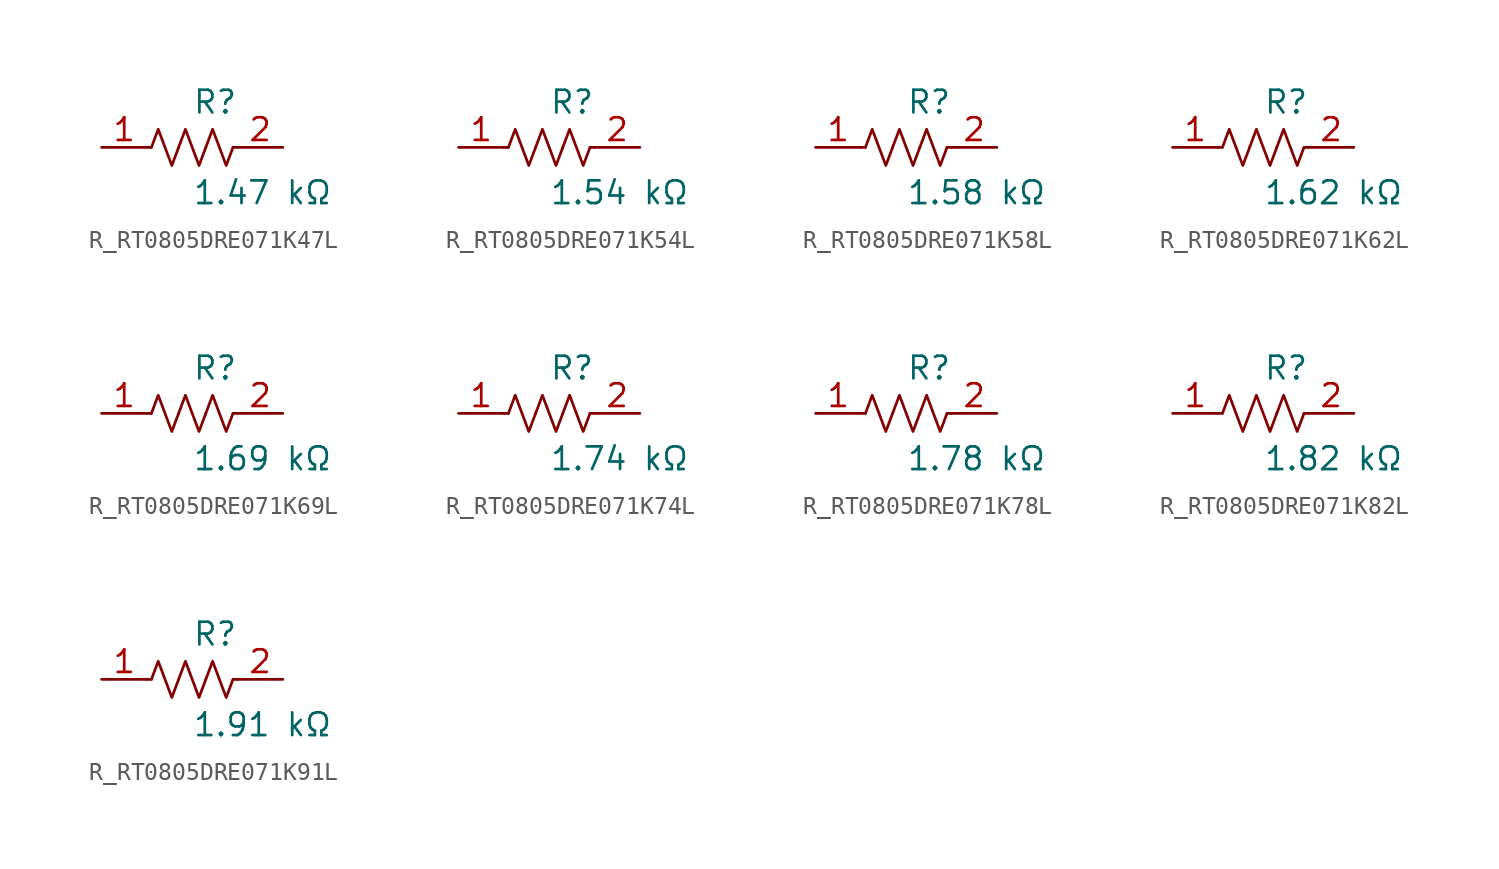
<source format=kicad_sym>
(kicad_symbol_lib
  (version 20231120)
  (generator kicad_symbol_editor)
  (generator_version 8.0)
  (symbol "R_RT0805DRE071K47L"
    (pin_names
      (offset 0.254))
    (property "Reference" "R"
      (at 0 2.54 0)
      (effects (font (size 1.27 1.27)) (justify left)))
    (property "Value" "1.47 kΩ"
      (at 0 -2.54 0)
      (effects (font (size 1.27 1.27)) (justify left)))
    (symbol "R_RT0805DRE071K47L_0_1"
      (polyline (pts (xy 2.286 0) (xy 2.54 0)) (stroke (width 0) (type default)) (fill (type none)))
      (polyline (pts (xy -2.286 0) (xy -2.54 0)) (stroke (width 0) (type default)) (fill (type none)))
      (polyline (pts (xy 0.762 0) (xy 1.143 1.016) (xy 1.524 0) (xy 1.905 -1.016) (xy 2.286 0)) (stroke (width 0) (type default)) (fill (type none)))
      (polyline (pts (xy -0.762 0) (xy -0.381 1.016) (xy 0 0) (xy 0.381 -1.016) (xy 0.762 0)) (stroke (width 0) (type default)) (fill (type none)))
      (polyline (pts (xy -2.286 0) (xy -1.905 1.016) (xy -1.524 0) (xy -1.143 -1.016) (xy -0.762 0)) (stroke (width 0) (type default)) (fill (type none))))
    (pin passive line
      (at -5.08 0 0)
      (length 2.54)
      (name "" (effects (font (size 1.27 1.27))))
      (number "1" (effects (font (size 1.27 1.27)))))
    (pin passive line
      (at 5.08 0 180)
      (length 2.54)
      (name "" (effects (font (size 1.27 1.27))))
      (number "2" (effects (font (size 1.27 1.27))))))
  (symbol "R_RT0805DRE071K54L"
    (pin_names
      (offset 0.254))
    (property "Reference" "R"
      (at 0 2.54 0)
      (effects (font (size 1.27 1.27)) (justify left)))
    (property "Value" "1.54 kΩ"
      (at 0 -2.54 0)
      (effects (font (size 1.27 1.27)) (justify left)))
    (symbol "R_RT0805DRE071K54L_0_1"
      (polyline (pts (xy 2.286 0) (xy 2.54 0)) (stroke (width 0) (type default)) (fill (type none)))
      (polyline (pts (xy -2.286 0) (xy -2.54 0)) (stroke (width 0) (type default)) (fill (type none)))
      (polyline (pts (xy 0.762 0) (xy 1.143 1.016) (xy 1.524 0) (xy 1.905 -1.016) (xy 2.286 0)) (stroke (width 0) (type default)) (fill (type none)))
      (polyline (pts (xy -0.762 0) (xy -0.381 1.016) (xy 0 0) (xy 0.381 -1.016) (xy 0.762 0)) (stroke (width 0) (type default)) (fill (type none)))
      (polyline (pts (xy -2.286 0) (xy -1.905 1.016) (xy -1.524 0) (xy -1.143 -1.016) (xy -0.762 0)) (stroke (width 0) (type default)) (fill (type none))))
    (pin passive line
      (at -5.08 0 0)
      (length 2.54)
      (name "" (effects (font (size 1.27 1.27))))
      (number "1" (effects (font (size 1.27 1.27)))))
    (pin passive line
      (at 5.08 0 180)
      (length 2.54)
      (name "" (effects (font (size 1.27 1.27))))
      (number "2" (effects (font (size 1.27 1.27))))))
  (symbol "R_RT0805DRE071K58L"
    (pin_names
      (offset 0.254))
    (property "Reference" "R"
      (at 0 2.54 0)
      (effects (font (size 1.27 1.27)) (justify left)))
    (property "Value" "1.58 kΩ"
      (at 0 -2.54 0)
      (effects (font (size 1.27 1.27)) (justify left)))
    (symbol "R_RT0805DRE071K58L_0_1"
      (polyline (pts (xy 2.286 0) (xy 2.54 0)) (stroke (width 0) (type default)) (fill (type none)))
      (polyline (pts (xy -2.286 0) (xy -2.54 0)) (stroke (width 0) (type default)) (fill (type none)))
      (polyline (pts (xy 0.762 0) (xy 1.143 1.016) (xy 1.524 0) (xy 1.905 -1.016) (xy 2.286 0)) (stroke (width 0) (type default)) (fill (type none)))
      (polyline (pts (xy -0.762 0) (xy -0.381 1.016) (xy 0 0) (xy 0.381 -1.016) (xy 0.762 0)) (stroke (width 0) (type default)) (fill (type none)))
      (polyline (pts (xy -2.286 0) (xy -1.905 1.016) (xy -1.524 0) (xy -1.143 -1.016) (xy -0.762 0)) (stroke (width 0) (type default)) (fill (type none))))
    (pin passive line
      (at -5.08 0 0)
      (length 2.54)
      (name "" (effects (font (size 1.27 1.27))))
      (number "1" (effects (font (size 1.27 1.27)))))
    (pin passive line
      (at 5.08 0 180)
      (length 2.54)
      (name "" (effects (font (size 1.27 1.27))))
      (number "2" (effects (font (size 1.27 1.27))))))
  (symbol "R_RT0805DRE071K62L"
    (pin_names
      (offset 0.254))
    (property "Reference" "R"
      (at 0 2.54 0)
      (effects (font (size 1.27 1.27)) (justify left)))
    (property "Value" "1.62 kΩ"
      (at 0 -2.54 0)
      (effects (font (size 1.27 1.27)) (justify left)))
    (symbol "R_RT0805DRE071K62L_0_1"
      (polyline (pts (xy 2.286 0) (xy 2.54 0)) (stroke (width 0) (type default)) (fill (type none)))
      (polyline (pts (xy -2.286 0) (xy -2.54 0)) (stroke (width 0) (type default)) (fill (type none)))
      (polyline (pts (xy 0.762 0) (xy 1.143 1.016) (xy 1.524 0) (xy 1.905 -1.016) (xy 2.286 0)) (stroke (width 0) (type default)) (fill (type none)))
      (polyline (pts (xy -0.762 0) (xy -0.381 1.016) (xy 0 0) (xy 0.381 -1.016) (xy 0.762 0)) (stroke (width 0) (type default)) (fill (type none)))
      (polyline (pts (xy -2.286 0) (xy -1.905 1.016) (xy -1.524 0) (xy -1.143 -1.016) (xy -0.762 0)) (stroke (width 0) (type default)) (fill (type none))))
    (pin passive line
      (at -5.08 0 0)
      (length 2.54)
      (name "" (effects (font (size 1.27 1.27))))
      (number "1" (effects (font (size 1.27 1.27)))))
    (pin passive line
      (at 5.08 0 180)
      (length 2.54)
      (name "" (effects (font (size 1.27 1.27))))
      (number "2" (effects (font (size 1.27 1.27))))))
  (symbol "R_RT0805DRE071K69L"
    (pin_names
      (offset 0.254))
    (property "Reference" "R"
      (at 0 2.54 0)
      (effects (font (size 1.27 1.27)) (justify left)))
    (property "Value" "1.69 kΩ"
      (at 0 -2.54 0)
      (effects (font (size 1.27 1.27)) (justify left)))
    (symbol "R_RT0805DRE071K69L_0_1"
      (polyline (pts (xy 2.286 0) (xy 2.54 0)) (stroke (width 0) (type default)) (fill (type none)))
      (polyline (pts (xy -2.286 0) (xy -2.54 0)) (stroke (width 0) (type default)) (fill (type none)))
      (polyline (pts (xy 0.762 0) (xy 1.143 1.016) (xy 1.524 0) (xy 1.905 -1.016) (xy 2.286 0)) (stroke (width 0) (type default)) (fill (type none)))
      (polyline (pts (xy -0.762 0) (xy -0.381 1.016) (xy 0 0) (xy 0.381 -1.016) (xy 0.762 0)) (stroke (width 0) (type default)) (fill (type none)))
      (polyline (pts (xy -2.286 0) (xy -1.905 1.016) (xy -1.524 0) (xy -1.143 -1.016) (xy -0.762 0)) (stroke (width 0) (type default)) (fill (type none))))
    (pin passive line
      (at -5.08 0 0)
      (length 2.54)
      (name "" (effects (font (size 1.27 1.27))))
      (number "1" (effects (font (size 1.27 1.27)))))
    (pin passive line
      (at 5.08 0 180)
      (length 2.54)
      (name "" (effects (font (size 1.27 1.27))))
      (number "2" (effects (font (size 1.27 1.27))))))
  (symbol "R_RT0805DRE071K74L"
    (pin_names
      (offset 0.254))
    (property "Reference" "R"
      (at 0 2.54 0)
      (effects (font (size 1.27 1.27)) (justify left)))
    (property "Value" "1.74 kΩ"
      (at 0 -2.54 0)
      (effects (font (size 1.27 1.27)) (justify left)))
    (symbol "R_RT0805DRE071K74L_0_1"
      (polyline (pts (xy 2.286 0) (xy 2.54 0)) (stroke (width 0) (type default)) (fill (type none)))
      (polyline (pts (xy -2.286 0) (xy -2.54 0)) (stroke (width 0) (type default)) (fill (type none)))
      (polyline (pts (xy 0.762 0) (xy 1.143 1.016) (xy 1.524 0) (xy 1.905 -1.016) (xy 2.286 0)) (stroke (width 0) (type default)) (fill (type none)))
      (polyline (pts (xy -0.762 0) (xy -0.381 1.016) (xy 0 0) (xy 0.381 -1.016) (xy 0.762 0)) (stroke (width 0) (type default)) (fill (type none)))
      (polyline (pts (xy -2.286 0) (xy -1.905 1.016) (xy -1.524 0) (xy -1.143 -1.016) (xy -0.762 0)) (stroke (width 0) (type default)) (fill (type none))))
    (pin passive line
      (at -5.08 0 0)
      (length 2.54)
      (name "" (effects (font (size 1.27 1.27))))
      (number "1" (effects (font (size 1.27 1.27)))))
    (pin passive line
      (at 5.08 0 180)
      (length 2.54)
      (name "" (effects (font (size 1.27 1.27))))
      (number "2" (effects (font (size 1.27 1.27))))))
  (symbol "R_RT0805DRE071K78L"
    (pin_names
      (offset 0.254))
    (property "Reference" "R"
      (at 0 2.54 0)
      (effects (font (size 1.27 1.27)) (justify left)))
    (property "Value" "1.78 kΩ"
      (at 0 -2.54 0)
      (effects (font (size 1.27 1.27)) (justify left)))
    (symbol "R_RT0805DRE071K78L_0_1"
      (polyline (pts (xy 2.286 0) (xy 2.54 0)) (stroke (width 0) (type default)) (fill (type none)))
      (polyline (pts (xy -2.286 0) (xy -2.54 0)) (stroke (width 0) (type default)) (fill (type none)))
      (polyline (pts (xy 0.762 0) (xy 1.143 1.016) (xy 1.524 0) (xy 1.905 -1.016) (xy 2.286 0)) (stroke (width 0) (type default)) (fill (type none)))
      (polyline (pts (xy -0.762 0) (xy -0.381 1.016) (xy 0 0) (xy 0.381 -1.016) (xy 0.762 0)) (stroke (width 0) (type default)) (fill (type none)))
      (polyline (pts (xy -2.286 0) (xy -1.905 1.016) (xy -1.524 0) (xy -1.143 -1.016) (xy -0.762 0)) (stroke (width 0) (type default)) (fill (type none))))
    (pin passive line
      (at -5.08 0 0)
      (length 2.54)
      (name "" (effects (font (size 1.27 1.27))))
      (number "1" (effects (font (size 1.27 1.27)))))
    (pin passive line
      (at 5.08 0 180)
      (length 2.54)
      (name "" (effects (font (size 1.27 1.27))))
      (number "2" (effects (font (size 1.27 1.27))))))
  (symbol "R_RT0805DRE071K82L"
    (pin_names
      (offset 0.254))
    (property "Reference" "R"
      (at 0 2.54 0)
      (effects (font (size 1.27 1.27)) (justify left)))
    (property "Value" "1.82 kΩ"
      (at 0 -2.54 0)
      (effects (font (size 1.27 1.27)) (justify left)))
    (symbol "R_RT0805DRE071K82L_0_1"
      (polyline (pts (xy 2.286 0) (xy 2.54 0)) (stroke (width 0) (type default)) (fill (type none)))
      (polyline (pts (xy -2.286 0) (xy -2.54 0)) (stroke (width 0) (type default)) (fill (type none)))
      (polyline (pts (xy 0.762 0) (xy 1.143 1.016) (xy 1.524 0) (xy 1.905 -1.016) (xy 2.286 0)) (stroke (width 0) (type default)) (fill (type none)))
      (polyline (pts (xy -0.762 0) (xy -0.381 1.016) (xy 0 0) (xy 0.381 -1.016) (xy 0.762 0)) (stroke (width 0) (type default)) (fill (type none)))
      (polyline (pts (xy -2.286 0) (xy -1.905 1.016) (xy -1.524 0) (xy -1.143 -1.016) (xy -0.762 0)) (stroke (width 0) (type default)) (fill (type none))))
    (pin passive line
      (at -5.08 0 0)
      (length 2.54)
      (name "" (effects (font (size 1.27 1.27))))
      (number "1" (effects (font (size 1.27 1.27)))))
    (pin passive line
      (at 5.08 0 180)
      (length 2.54)
      (name "" (effects (font (size 1.27 1.27))))
      (number "2" (effects (font (size 1.27 1.27))))))
  (symbol "R_RT0805DRE071K91L"
    (pin_names
      (offset 0.254))
    (property "Reference" "R"
      (at 0 2.54 0)
      (effects (font (size 1.27 1.27)) (justify left)))
    (property "Value" "1.91 kΩ"
      (at 0 -2.54 0)
      (effects (font (size 1.27 1.27)) (justify left)))
    (symbol "R_RT0805DRE071K91L_0_1"
      (polyline (pts (xy 2.286 0) (xy 2.54 0)) (stroke (width 0) (type default)) (fill (type none)))
      (polyline (pts (xy -2.286 0) (xy -2.54 0)) (stroke (width 0) (type default)) (fill (type none)))
      (polyline (pts (xy 0.762 0) (xy 1.143 1.016) (xy 1.524 0) (xy 1.905 -1.016) (xy 2.286 0)) (stroke (width 0) (type default)) (fill (type none)))
      (polyline (pts (xy -0.762 0) (xy -0.381 1.016) (xy 0 0) (xy 0.381 -1.016) (xy 0.762 0)) (stroke (width 0) (type default)) (fill (type none)))
      (polyline (pts (xy -2.286 0) (xy -1.905 1.016) (xy -1.524 0) (xy -1.143 -1.016) (xy -0.762 0)) (stroke (width 0) (type default)) (fill (type none))))
    (pin passive line
      (at -5.08 0 0)
      (length 2.54)
      (name "" (effects (font (size 1.27 1.27))))
      (number "1" (effects (font (size 1.27 1.27)))))
    (pin passive line
      (at 5.08 0 180)
      (length 2.54)
      (name "" (effects (font (size 1.27 1.27))))
      (number "2" (effects (font (size 1.27 1.27)))))))
</source>
